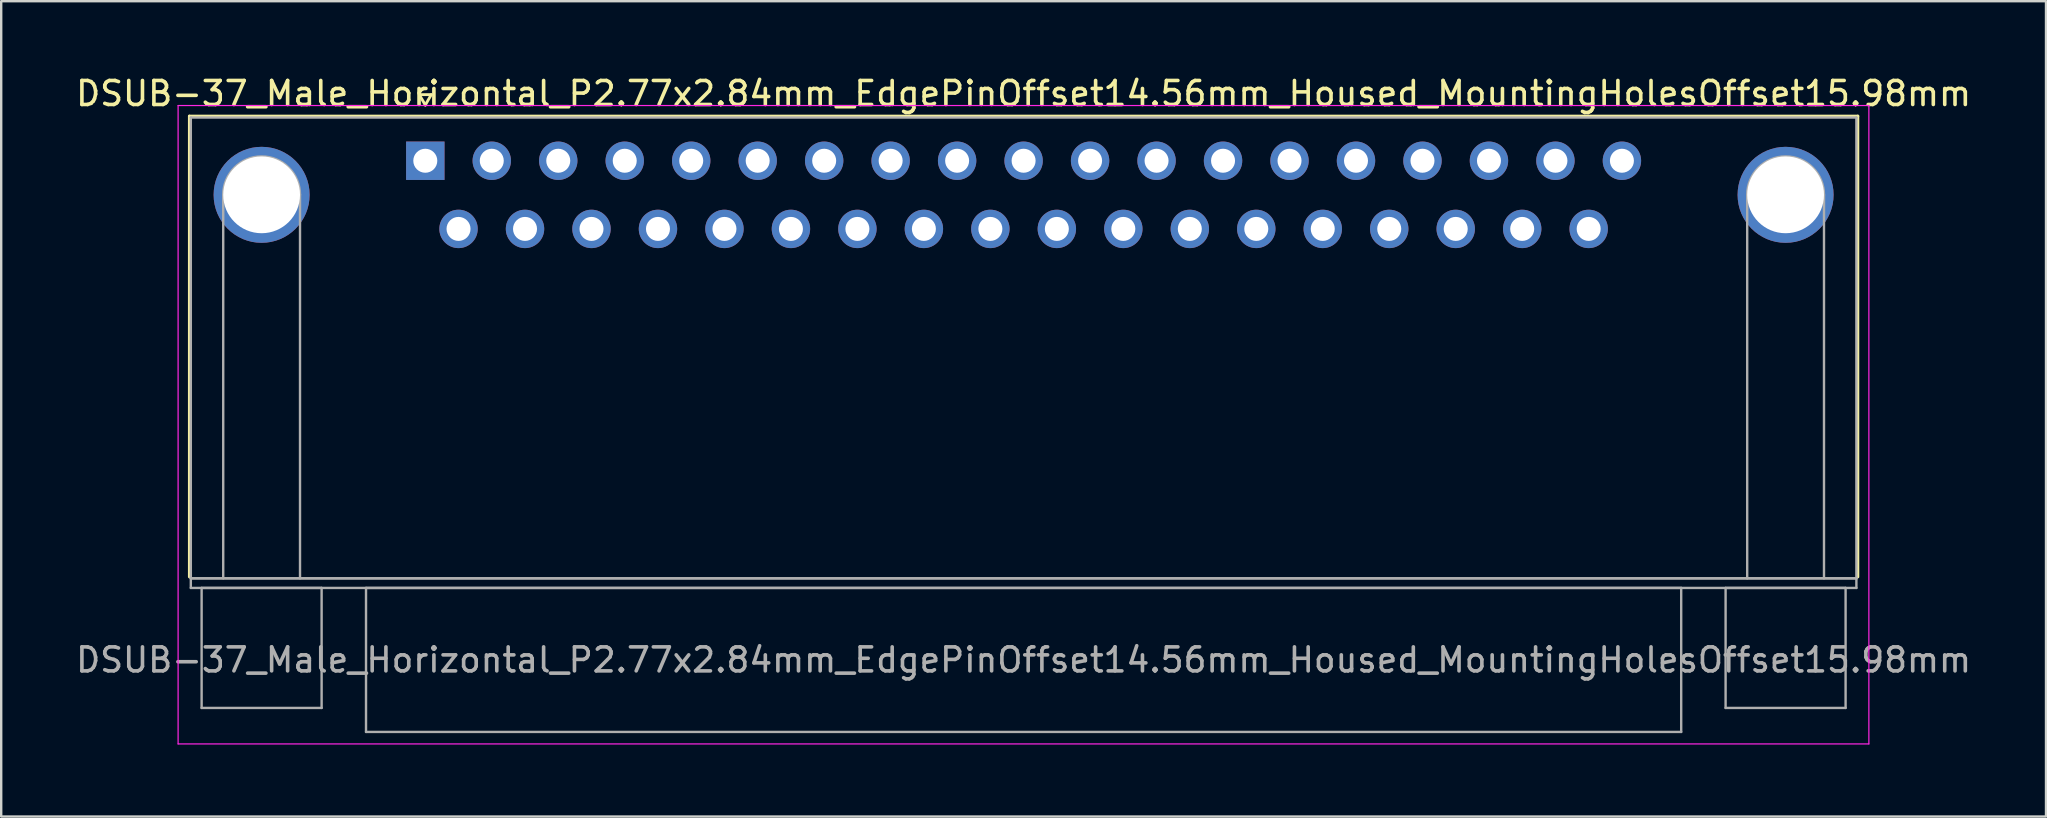
<source format=kicad_pcb>
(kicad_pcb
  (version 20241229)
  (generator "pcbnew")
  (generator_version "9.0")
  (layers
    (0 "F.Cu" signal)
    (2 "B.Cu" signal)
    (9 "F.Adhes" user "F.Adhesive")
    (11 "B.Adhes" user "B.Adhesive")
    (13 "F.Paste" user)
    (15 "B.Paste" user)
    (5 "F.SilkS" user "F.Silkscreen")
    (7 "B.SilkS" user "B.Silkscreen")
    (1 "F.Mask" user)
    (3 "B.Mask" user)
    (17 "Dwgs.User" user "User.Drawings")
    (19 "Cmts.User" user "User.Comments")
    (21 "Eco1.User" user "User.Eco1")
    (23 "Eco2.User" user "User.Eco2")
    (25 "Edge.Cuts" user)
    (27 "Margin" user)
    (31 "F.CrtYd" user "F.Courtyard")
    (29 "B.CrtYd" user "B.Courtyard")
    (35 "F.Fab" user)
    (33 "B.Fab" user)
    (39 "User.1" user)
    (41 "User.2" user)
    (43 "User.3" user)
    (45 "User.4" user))
  (footprint "DSUB-37_Male_Horizontal_P2.77x2.84mm_EdgePinOffset14.56mm_Housed_MountingHolesOffset15.98mm"
    (layer "F.Cu")
    (at 14.671 3.648)
    (property "Reference" "DSUB-37_Male_Horizontal_P2.77x2.84mm_EdgePinOffset14.56mm_Housed_MountingHolesOffset15.98mm" (at 24.93 -2.8 0) (layer "F.SilkS") (effects (font (size 1 1) (thickness 0.15))))
    (attr through_hole)
    (fp_line (start -9.83 -1.86) (end 59.69 -1.86) (stroke (width 0.12) (type solid)) (layer "F.SilkS"))
    (fp_line (start -9.83 17.34) (end -9.83 -1.86) (stroke (width 0.12) (type solid)) (layer "F.SilkS"))
    (fp_line (start -0.25 -2.754) (end 0.25 -2.754) (stroke (width 0.12) (type solid)) (layer "F.SilkS"))
    (fp_line (start 0 -2.321) (end -0.25 -2.754) (stroke (width 0.12) (type solid)) (layer "F.SilkS"))
    (fp_line (start 0.25 -2.754) (end 0 -2.321) (stroke (width 0.12) (type solid)) (layer "F.SilkS"))
    (fp_line (start 59.69 -1.86) (end 59.69 17.34) (stroke (width 0.12) (type solid)) (layer "F.SilkS"))
    (fp_line (start -10.3 -2.3) (end -10.3 24.3) (stroke (width 0.05) (type solid)) (layer "F.CrtYd"))
    (fp_line (start -10.3 24.3) (end 60.15 24.3) (stroke (width 0.05) (type solid)) (layer "F.CrtYd"))
    (fp_line (start 60.15 -2.3) (end -10.3 -2.3) (stroke (width 0.05) (type solid)) (layer "F.CrtYd"))
    (fp_line (start 60.15 24.3) (end 60.15 -2.3) (stroke (width 0.05) (type solid)) (layer "F.CrtYd"))
    (fp_line (start -9.77 -1.8) (end -9.77 17.4) (stroke (width 0.1) (type solid)) (layer "F.Fab"))
    (fp_line (start -9.77 17.4) (end -9.77 17.8) (stroke (width 0.1) (type solid)) (layer "F.Fab"))
    (fp_line (start -9.77 17.4) (end 59.63 17.4) (stroke (width 0.1) (type solid)) (layer "F.Fab"))
    (fp_line (start -9.77 17.8) (end 59.63 17.8) (stroke (width 0.1) (type solid)) (layer "F.Fab"))
    (fp_line (start -9.32 17.8) (end -9.32 22.8) (stroke (width 0.1) (type solid)) (layer "F.Fab"))
    (fp_line (start -9.32 22.8) (end -4.32 22.8) (stroke (width 0.1) (type solid)) (layer "F.Fab"))
    (fp_line (start -8.42 17.4) (end -8.42 1.42) (stroke (width 0.1) (type solid)) (layer "F.Fab"))
    (fp_line (start -5.22 17.4) (end -5.22 1.42) (stroke (width 0.1) (type solid)) (layer "F.Fab"))
    (fp_line (start -4.32 17.8) (end -9.32 17.8) (stroke (width 0.1) (type solid)) (layer "F.Fab"))
    (fp_line (start -4.32 22.8) (end -4.32 17.8) (stroke (width 0.1) (type solid)) (layer "F.Fab"))
    (fp_line (start -2.47 17.8) (end -2.47 23.8) (stroke (width 0.1) (type solid)) (layer "F.Fab"))
    (fp_line (start -2.47 23.8) (end 52.33 23.8) (stroke (width 0.1) (type solid)) (layer "F.Fab"))
    (fp_line (start 52.33 17.8) (end -2.47 17.8) (stroke (width 0.1) (type solid)) (layer "F.Fab"))
    (fp_line (start 52.33 23.8) (end 52.33 17.8) (stroke (width 0.1) (type solid)) (layer "F.Fab"))
    (fp_line (start 54.18 17.8) (end 54.18 22.8) (stroke (width 0.1) (type solid)) (layer "F.Fab"))
    (fp_line (start 54.18 22.8) (end 59.18 22.8) (stroke (width 0.1) (type solid)) (layer "F.Fab"))
    (fp_line (start 55.08 17.4) (end 55.08 1.42) (stroke (width 0.1) (type solid)) (layer "F.Fab"))
    (fp_line (start 58.28 17.4) (end 58.28 1.42) (stroke (width 0.1) (type solid)) (layer "F.Fab"))
    (fp_line (start 59.18 17.8) (end 54.18 17.8) (stroke (width 0.1) (type solid)) (layer "F.Fab"))
    (fp_line (start 59.18 22.8) (end 59.18 17.8) (stroke (width 0.1) (type solid)) (layer "F.Fab"))
    (fp_line (start 59.63 -1.8) (end -9.77 -1.8) (stroke (width 0.1) (type solid)) (layer "F.Fab"))
    (fp_line (start 59.63 17.4) (end -9.77 17.4) (stroke (width 0.1) (type solid)) (layer "F.Fab"))
    (fp_line (start 59.63 17.4) (end 59.63 -1.8) (stroke (width 0.1) (type solid)) (layer "F.Fab"))
    (fp_line (start 59.63 17.8) (end 59.63 17.4) (stroke (width 0.1) (type solid)) (layer "F.Fab"))
    (fp_arc (start -8.42 1.42) (mid -6.82 -0.18) (end -5.22 1.42) (stroke (width 0.1) (type solid)) (layer "F.Fab"))
    (fp_arc (start 55.08 1.42) (mid 56.68 -0.18) (end 58.28 1.42) (stroke (width 0.1) (type solid)) (layer "F.Fab"))
    (fp_text user "${REFERENCE}" (at 24.93 20.8 0) (layer "F.Fab") (effects (font (size 1 1) (thickness 0.15))))
    (pad "0" thru_hole circle (at -6.82 1.42) (size 4 4) (drill 3.2) (layers "*.Cu" "*.Mask"))
    (pad "0" thru_hole circle (at 56.68 1.42) (size 4 4) (drill 3.2) (layers "*.Cu" "*.Mask"))
    (pad "1" thru_hole rect (at 0 0) (size 1.6 1.6) (drill 1) (layers "*.Cu" "*.Mask"))
    (pad "2" thru_hole circle (at 2.77 0) (size 1.6 1.6) (drill 1) (layers "*.Cu" "*.Mask"))
    (pad "3" thru_hole circle (at 5.54 0) (size 1.6 1.6) (drill 1) (layers "*.Cu" "*.Mask"))
    (pad "4" thru_hole circle (at 8.31 0) (size 1.6 1.6) (drill 1) (layers "*.Cu" "*.Mask"))
    (pad "5" thru_hole circle (at 11.08 0) (size 1.6 1.6) (drill 1) (layers "*.Cu" "*.Mask"))
    (pad "6" thru_hole circle (at 13.85 0) (size 1.6 1.6) (drill 1) (layers "*.Cu" "*.Mask"))
    (pad "7" thru_hole circle (at 16.62 0) (size 1.6 1.6) (drill 1) (layers "*.Cu" "*.Mask"))
    (pad "8" thru_hole circle (at 19.39 0) (size 1.6 1.6) (drill 1) (layers "*.Cu" "*.Mask"))
    (pad "9" thru_hole circle (at 22.16 0) (size 1.6 1.6) (drill 1) (layers "*.Cu" "*.Mask"))
    (pad "10" thru_hole circle (at 24.93 0) (size 1.6 1.6) (drill 1) (layers "*.Cu" "*.Mask"))
    (pad "11" thru_hole circle (at 27.7 0) (size 1.6 1.6) (drill 1) (layers "*.Cu" "*.Mask"))
    (pad "12" thru_hole circle (at 30.47 0) (size 1.6 1.6) (drill 1) (layers "*.Cu" "*.Mask"))
    (pad "13" thru_hole circle (at 33.24 0) (size 1.6 1.6) (drill 1) (layers "*.Cu" "*.Mask"))
    (pad "14" thru_hole circle (at 36.01 0) (size 1.6 1.6) (drill 1) (layers "*.Cu" "*.Mask"))
    (pad "15" thru_hole circle (at 38.78 0) (size 1.6 1.6) (drill 1) (layers "*.Cu" "*.Mask"))
    (pad "16" thru_hole circle (at 41.55 0) (size 1.6 1.6) (drill 1) (layers "*.Cu" "*.Mask"))
    (pad "17" thru_hole circle (at 44.32 0) (size 1.6 1.6) (drill 1) (layers "*.Cu" "*.Mask"))
    (pad "18" thru_hole circle (at 47.09 0) (size 1.6 1.6) (drill 1) (layers "*.Cu" "*.Mask"))
    (pad "19" thru_hole circle (at 49.86 0) (size 1.6 1.6) (drill 1) (layers "*.Cu" "*.Mask"))
    (pad "20" thru_hole circle (at 1.385 2.84) (size 1.6 1.6) (drill 1) (layers "*.Cu" "*.Mask"))
    (pad "21" thru_hole circle (at 4.155 2.84) (size 1.6 1.6) (drill 1) (layers "*.Cu" "*.Mask"))
    (pad "22" thru_hole circle (at 6.925 2.84) (size 1.6 1.6) (drill 1) (layers "*.Cu" "*.Mask"))
    (pad "23" thru_hole circle (at 9.695 2.84) (size 1.6 1.6) (drill 1) (layers "*.Cu" "*.Mask"))
    (pad "24" thru_hole circle (at 12.465 2.84) (size 1.6 1.6) (drill 1) (layers "*.Cu" "*.Mask"))
    (pad "25" thru_hole circle (at 15.235 2.84) (size 1.6 1.6) (drill 1) (layers "*.Cu" "*.Mask"))
    (pad "26" thru_hole circle (at 18.005 2.84) (size 1.6 1.6) (drill 1) (layers "*.Cu" "*.Mask"))
    (pad "27" thru_hole circle (at 20.775 2.84) (size 1.6 1.6) (drill 1) (layers "*.Cu" "*.Mask"))
    (pad "28" thru_hole circle (at 23.545 2.84) (size 1.6 1.6) (drill 1) (layers "*.Cu" "*.Mask"))
    (pad "29" thru_hole circle (at 26.315 2.84) (size 1.6 1.6) (drill 1) (layers "*.Cu" "*.Mask"))
    (pad "30" thru_hole circle (at 29.085 2.84) (size 1.6 1.6) (drill 1) (layers "*.Cu" "*.Mask"))
    (pad "31" thru_hole circle (at 31.855 2.84) (size 1.6 1.6) (drill 1) (layers "*.Cu" "*.Mask"))
    (pad "32" thru_hole circle (at 34.625 2.84) (size 1.6 1.6) (drill 1) (layers "*.Cu" "*.Mask"))
    (pad "33" thru_hole circle (at 37.395 2.84) (size 1.6 1.6) (drill 1) (layers "*.Cu" "*.Mask"))
    (pad "34" thru_hole circle (at 40.165 2.84) (size 1.6 1.6) (drill 1) (layers "*.Cu" "*.Mask"))
    (pad "35" thru_hole circle (at 42.935 2.84) (size 1.6 1.6) (drill 1) (layers "*.Cu" "*.Mask"))
    (pad "36" thru_hole circle (at 45.705 2.84) (size 1.6 1.6) (drill 1) (layers "*.Cu" "*.Mask"))
    (pad "37" thru_hole circle (at 48.475 2.84) (size 1.6 1.6) (drill 1) (layers "*.Cu" "*.Mask")))
  (gr_rect
    (start -3 -3)
    (end 82.202 30.973)
    (stroke (width 0.1) (type default))
    (fill no)
    (layer "Edge.Cuts")))
</source>
